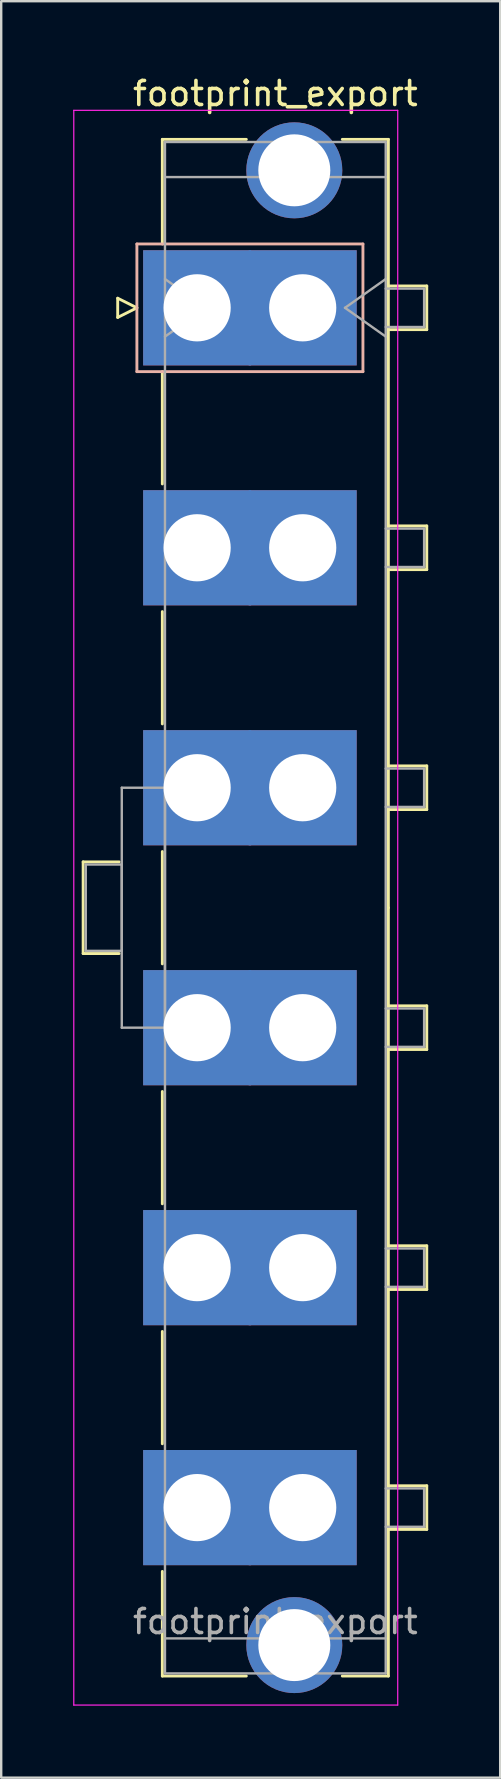
<source format=kicad_pcb>
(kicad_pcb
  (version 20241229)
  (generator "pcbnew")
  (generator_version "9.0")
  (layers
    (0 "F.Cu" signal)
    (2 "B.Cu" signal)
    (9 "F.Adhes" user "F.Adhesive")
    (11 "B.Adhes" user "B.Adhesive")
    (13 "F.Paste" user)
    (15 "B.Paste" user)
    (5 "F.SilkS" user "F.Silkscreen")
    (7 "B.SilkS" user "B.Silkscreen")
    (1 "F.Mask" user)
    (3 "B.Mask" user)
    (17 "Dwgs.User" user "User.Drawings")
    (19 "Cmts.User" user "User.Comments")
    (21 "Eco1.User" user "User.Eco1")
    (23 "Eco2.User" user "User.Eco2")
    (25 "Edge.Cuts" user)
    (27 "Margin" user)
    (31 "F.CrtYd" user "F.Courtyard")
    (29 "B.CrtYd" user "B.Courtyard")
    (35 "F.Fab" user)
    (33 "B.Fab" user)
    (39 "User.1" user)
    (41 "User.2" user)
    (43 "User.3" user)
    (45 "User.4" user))
  (footprint "footprint_export"
    (layer "F.Cu")
    (at 5.165 9.778)
    (property "Reference" "footprint_export" (at 3.26 -8.93 0) (layer "F.SilkS") (effects (font (size 1 1) (thickness 0.15))))
    (attr through_hole)
    (fp_line (start -4.75 23.09) (end -4.75 26.91) (stroke (width 0.12) (type solid)) (layer "F.SilkS"))
    (fp_line (start -4.75 26.91) (end -3.25 26.91) (stroke (width 0.12) (type solid)) (layer "F.SilkS"))
    (fp_line (start -3.31 -0.4) (end -3.31 0.4) (stroke (width 0.12) (type solid)) (layer "F.SilkS"))
    (fp_line (start -3.31 0.4) (end -2.51 0) (stroke (width 0.12) (type solid)) (layer "F.SilkS"))
    (fp_line (start -3.25 23.09) (end -4.75 23.09) (stroke (width 0.12) (type solid)) (layer "F.SilkS"))
    (fp_line (start -2.51 0) (end -3.31 -0.4) (stroke (width 0.12) (type solid)) (layer "F.SilkS"))
    (fp_line (start -1.45 -7.02) (end 2.05 -7.02) (stroke (width 0.12) (type solid)) (layer "F.SilkS"))
    (fp_line (start -1.45 -2.66) (end -1.45 -7.02) (stroke (width 0.12) (type solid)) (layer "F.SilkS"))
    (fp_line (start -1.45 2.66) (end -1.45 7.34) (stroke (width 0.12) (type solid)) (layer "F.SilkS"))
    (fp_line (start -1.45 12.66) (end -1.45 17.34) (stroke (width 0.12) (type solid)) (layer "F.SilkS"))
    (fp_line (start -1.45 22.66) (end -1.45 27.34) (stroke (width 0.12) (type solid)) (layer "F.SilkS"))
    (fp_line (start -1.45 32.66) (end -1.45 37.34) (stroke (width 0.12) (type solid)) (layer "F.SilkS"))
    (fp_line (start -1.45 42.66) (end -1.45 47.34) (stroke (width 0.12) (type solid)) (layer "F.SilkS"))
    (fp_line (start -1.45 52.66) (end -1.45 57.02) (stroke (width 0.12) (type solid)) (layer "F.SilkS"))
    (fp_line (start -1.45 57.02) (end 2.05 57.02) (stroke (width 0.12) (type solid)) (layer "F.SilkS"))
    (fp_line (start 6.05 -7.02) (end 7.97 -7.02) (stroke (width 0.12) (type solid)) (layer "F.SilkS"))
    (fp_line (start 6.05 57.02) (end 7.97 57.02) (stroke (width 0.12) (type solid)) (layer "F.SilkS"))
    (fp_line (start 7.97 -7.02) (end 7.97 25) (stroke (width 0.12) (type solid)) (layer "F.SilkS"))
    (fp_line (start 7.97 -0.91) (end 9.57 -0.91) (stroke (width 0.12) (type solid)) (layer "F.SilkS"))
    (fp_line (start 7.97 9.09) (end 9.57 9.09) (stroke (width 0.12) (type solid)) (layer "F.SilkS"))
    (fp_line (start 7.97 19.09) (end 9.57 19.09) (stroke (width 0.12) (type solid)) (layer "F.SilkS"))
    (fp_line (start 7.97 29.09) (end 9.57 29.09) (stroke (width 0.12) (type solid)) (layer "F.SilkS"))
    (fp_line (start 7.97 39.09) (end 9.57 39.09) (stroke (width 0.12) (type solid)) (layer "F.SilkS"))
    (fp_line (start 7.97 49.09) (end 9.57 49.09) (stroke (width 0.12) (type solid)) (layer "F.SilkS"))
    (fp_line (start 7.97 57.02) (end 7.97 25) (stroke (width 0.12) (type solid)) (layer "F.SilkS"))
    (fp_line (start 9.57 -0.91) (end 9.57 0.91) (stroke (width 0.12) (type solid)) (layer "F.SilkS"))
    (fp_line (start 9.57 0.91) (end 7.97 0.91) (stroke (width 0.12) (type solid)) (layer "F.SilkS"))
    (fp_line (start 9.57 9.09) (end 9.57 10.91) (stroke (width 0.12) (type solid)) (layer "F.SilkS"))
    (fp_line (start 9.57 10.91) (end 7.97 10.91) (stroke (width 0.12) (type solid)) (layer "F.SilkS"))
    (fp_line (start 9.57 19.09) (end 9.57 20.91) (stroke (width 0.12) (type solid)) (layer "F.SilkS"))
    (fp_line (start 9.57 20.91) (end 7.97 20.91) (stroke (width 0.12) (type solid)) (layer "F.SilkS"))
    (fp_line (start 9.57 29.09) (end 9.57 30.91) (stroke (width 0.12) (type solid)) (layer "F.SilkS"))
    (fp_line (start 9.57 30.91) (end 7.97 30.91) (stroke (width 0.12) (type solid)) (layer "F.SilkS"))
    (fp_line (start 9.57 39.09) (end 9.57 40.91) (stroke (width 0.12) (type solid)) (layer "F.SilkS"))
    (fp_line (start 9.57 40.91) (end 7.97 40.91) (stroke (width 0.12) (type solid)) (layer "F.SilkS"))
    (fp_line (start 9.57 49.09) (end 9.57 50.91) (stroke (width 0.12) (type solid)) (layer "F.SilkS"))
    (fp_line (start 9.57 50.91) (end 7.97 50.91) (stroke (width 0.12) (type solid)) (layer "F.SilkS"))
    (fp_line (start -2.51 -2.66) (end -2.51 2.66) (stroke (width 0.12) (type solid)) (layer "B.SilkS"))
    (fp_line (start -2.51 2.66) (end 6.91 2.66) (stroke (width 0.12) (type solid)) (layer "B.SilkS"))
    (fp_line (start 6.91 -2.66) (end -2.51 -2.66) (stroke (width 0.12) (type solid)) (layer "B.SilkS"))
    (fp_line (start 6.91 2.66) (end 6.91 -2.66) (stroke (width 0.12) (type solid)) (layer "B.SilkS"))
    (fp_line (start -5.14 -8.23) (end -5.14 58.23) (stroke (width 0.05) (type solid)) (layer "F.CrtYd"))
    (fp_line (start -5.14 58.23) (end 8.36 58.23) (stroke (width 0.05) (type solid)) (layer "F.CrtYd"))
    (fp_line (start 8.36 -8.23) (end -5.14 -8.23) (stroke (width 0.05) (type solid)) (layer "F.CrtYd"))
    (fp_line (start 8.36 58.23) (end 8.36 -8.23) (stroke (width 0.05) (type solid)) (layer "F.CrtYd"))
    (fp_line (start -4.64 23.2) (end -3.14 23.2) (stroke (width 0.1) (type solid)) (layer "F.Fab"))
    (fp_line (start -4.64 26.8) (end -4.64 23.2) (stroke (width 0.1) (type solid)) (layer "F.Fab"))
    (fp_line (start -3.14 20) (end -1.34 20) (stroke (width 0.1) (type solid)) (layer "F.Fab"))
    (fp_line (start -3.14 23.2) (end -3.14 26.8) (stroke (width 0.1) (type solid)) (layer "F.Fab"))
    (fp_line (start -3.14 26.8) (end -4.64 26.8) (stroke (width 0.1) (type solid)) (layer "F.Fab"))
    (fp_line (start -3.14 30) (end -3.14 20) (stroke (width 0.1) (type solid)) (layer "F.Fab"))
    (fp_line (start -1.34 -6.91) (end -1.34 56.91) (stroke (width 0.1) (type solid)) (layer "F.Fab"))
    (fp_line (start -1.34 -5.45) (end 7.86 -5.45) (stroke (width 0.1) (type solid)) (layer "F.Fab"))
    (fp_line (start -1.34 -1.2) (end 0.357 0) (stroke (width 0.1) (type solid)) (layer "F.Fab"))
    (fp_line (start -1.34 20) (end -1.34 30) (stroke (width 0.1) (type solid)) (layer "F.Fab"))
    (fp_line (start -1.34 30) (end -3.14 30) (stroke (width 0.1) (type solid)) (layer "F.Fab"))
    (fp_line (start -1.34 55.45) (end 7.86 55.45) (stroke (width 0.1) (type solid)) (layer "F.Fab"))
    (fp_line (start -1.34 56.91) (end 7.86 56.91) (stroke (width 0.1) (type solid)) (layer "F.Fab"))
    (fp_line (start 0.357 0) (end -1.34 1.2) (stroke (width 0.1) (type solid)) (layer "F.Fab"))
    (fp_line (start 6.163 0) (end 7.86 1.2) (stroke (width 0.1) (type solid)) (layer "F.Fab"))
    (fp_line (start 7.86 -6.91) (end -1.34 -6.91) (stroke (width 0.1) (type solid)) (layer "F.Fab"))
    (fp_line (start 7.86 -1.2) (end 6.163 0) (stroke (width 0.1) (type solid)) (layer "F.Fab"))
    (fp_line (start 7.86 -0.8) (end 9.46 -0.8) (stroke (width 0.1) (type solid)) (layer "F.Fab"))
    (fp_line (start 7.86 9.2) (end 9.46 9.2) (stroke (width 0.1) (type solid)) (layer "F.Fab"))
    (fp_line (start 7.86 19.2) (end 9.46 19.2) (stroke (width 0.1) (type solid)) (layer "F.Fab"))
    (fp_line (start 7.86 29.2) (end 9.46 29.2) (stroke (width 0.1) (type solid)) (layer "F.Fab"))
    (fp_line (start 7.86 39.2) (end 9.46 39.2) (stroke (width 0.1) (type solid)) (layer "F.Fab"))
    (fp_line (start 7.86 49.2) (end 9.46 49.2) (stroke (width 0.1) (type solid)) (layer "F.Fab"))
    (fp_line (start 7.86 56.91) (end 7.86 -6.91) (stroke (width 0.1) (type solid)) (layer "F.Fab"))
    (fp_line (start 9.46 -0.8) (end 9.46 0.8) (stroke (width 0.1) (type solid)) (layer "F.Fab"))
    (fp_line (start 9.46 0.8) (end 7.86 0.8) (stroke (width 0.1) (type solid)) (layer "F.Fab"))
    (fp_line (start 9.46 9.2) (end 9.46 10.8) (stroke (width 0.1) (type solid)) (layer "F.Fab"))
    (fp_line (start 9.46 10.8) (end 7.86 10.8) (stroke (width 0.1) (type solid)) (layer "F.Fab"))
    (fp_line (start 9.46 19.2) (end 9.46 20.8) (stroke (width 0.1) (type solid)) (layer "F.Fab"))
    (fp_line (start 9.46 20.8) (end 7.86 20.8) (stroke (width 0.1) (type solid)) (layer "F.Fab"))
    (fp_line (start 9.46 29.2) (end 9.46 30.8) (stroke (width 0.1) (type solid)) (layer "F.Fab"))
    (fp_line (start 9.46 30.8) (end 7.86 30.8) (stroke (width 0.1) (type solid)) (layer "F.Fab"))
    (fp_line (start 9.46 39.2) (end 9.46 40.8) (stroke (width 0.1) (type solid)) (layer "F.Fab"))
    (fp_line (start 9.46 40.8) (end 7.86 40.8) (stroke (width 0.1) (type solid)) (layer "F.Fab"))
    (fp_line (start 9.46 49.2) (end 9.46 50.8) (stroke (width 0.1) (type solid)) (layer "F.Fab"))
    (fp_line (start 9.46 50.8) (end 7.86 50.8) (stroke (width 0.1) (type solid)) (layer "F.Fab"))
    (fp_text user "${REFERENCE}" (at 3.26 54.75 0) (layer "F.Fab") (effects (font (size 1 1) (thickness 0.15))))
    (pad "" thru_hole circle (at 4.05 -5.73) (size 4 4) (drill 3) (layers "*.Cu" "*.Mask"))
    (pad "" thru_hole circle (at 4.05 55.73) (size 4 4) (drill 3) (layers "*.Cu" "*.Mask"))
    (pad "1" thru_hole rect (at 0 0) (size 4.5 4.8) (drill 2.8) (layers "*.Cu" "*.Mask"))
    (pad "1" thru_hole rect (at 4.4 0) (size 4.5 4.8) (drill 2.8) (layers "*.Cu" "*.Mask"))
    (pad "2" thru_hole rect (at 0 10) (size 4.5 4.8) (drill 2.8) (layers "*.Cu" "*.Mask"))
    (pad "2" thru_hole rect (at 4.4 10) (size 4.5 4.8) (drill 2.8) (layers "*.Cu" "*.Mask"))
    (pad "3" thru_hole rect (at 0 20) (size 4.5 4.8) (drill 2.8) (layers "*.Cu" "*.Mask"))
    (pad "3" thru_hole rect (at 4.4 20) (size 4.5 4.8) (drill 2.8) (layers "*.Cu" "*.Mask"))
    (pad "4" thru_hole rect (at 0 30) (size 4.5 4.8) (drill 2.8) (layers "*.Cu" "*.Mask"))
    (pad "4" thru_hole rect (at 4.4 30) (size 4.5 4.8) (drill 2.8) (layers "*.Cu" "*.Mask"))
    (pad "5" thru_hole rect (at 0 40) (size 4.5 4.8) (drill 2.8) (layers "*.Cu" "*.Mask"))
    (pad "5" thru_hole rect (at 4.4 40) (size 4.5 4.8) (drill 2.8) (layers "*.Cu" "*.Mask"))
    (pad "6" thru_hole rect (at 0 50) (size 4.5 4.8) (drill 2.8) (layers "*.Cu" "*.Mask"))
    (pad "6" thru_hole rect (at 4.4 50) (size 4.5 4.8) (drill 2.8) (layers "*.Cu" "*.Mask")))
  (gr_rect
    (start -3 -3)
    (end 17.795 71.033)
    (stroke (width 0.1) (type default))
    (fill no)
    (layer "Edge.Cuts")))
</source>
